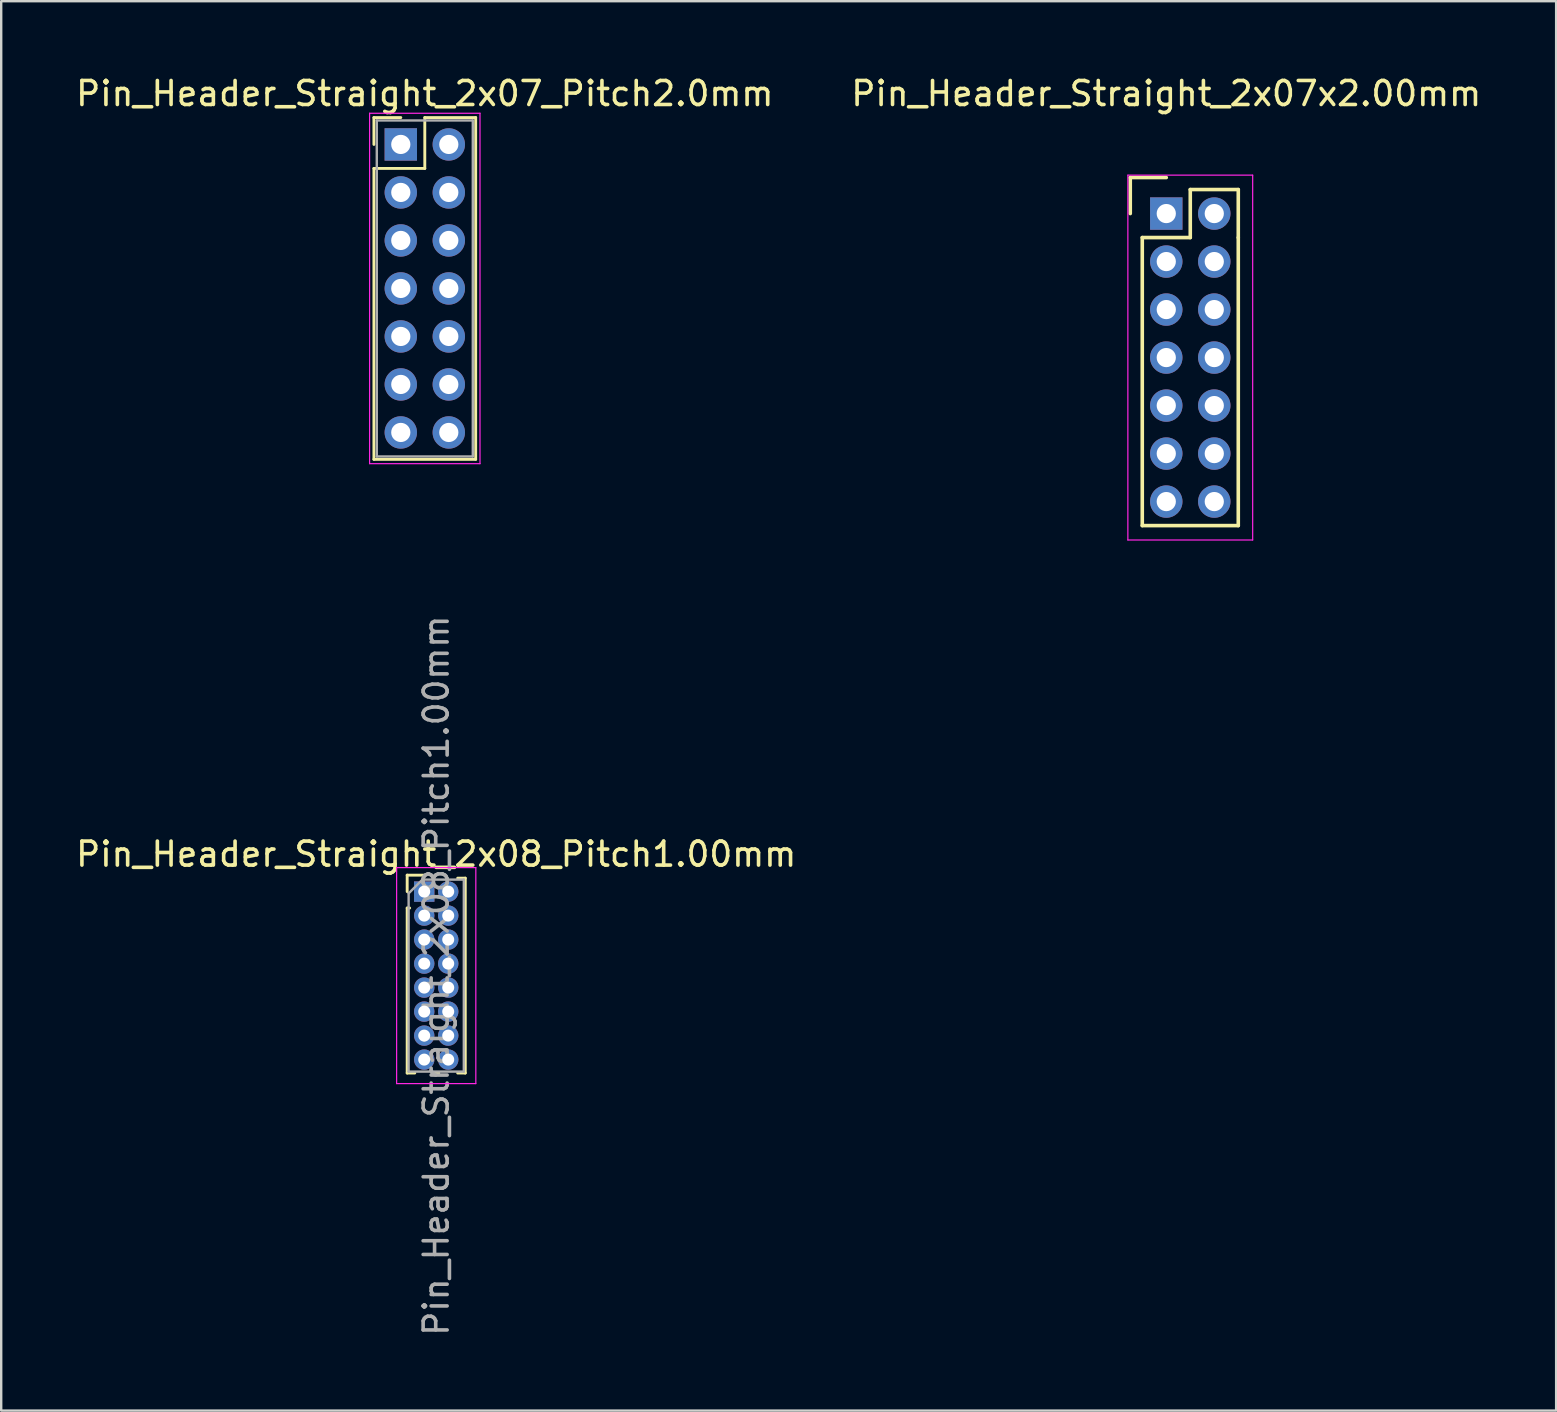
<source format=kicad_pcb>
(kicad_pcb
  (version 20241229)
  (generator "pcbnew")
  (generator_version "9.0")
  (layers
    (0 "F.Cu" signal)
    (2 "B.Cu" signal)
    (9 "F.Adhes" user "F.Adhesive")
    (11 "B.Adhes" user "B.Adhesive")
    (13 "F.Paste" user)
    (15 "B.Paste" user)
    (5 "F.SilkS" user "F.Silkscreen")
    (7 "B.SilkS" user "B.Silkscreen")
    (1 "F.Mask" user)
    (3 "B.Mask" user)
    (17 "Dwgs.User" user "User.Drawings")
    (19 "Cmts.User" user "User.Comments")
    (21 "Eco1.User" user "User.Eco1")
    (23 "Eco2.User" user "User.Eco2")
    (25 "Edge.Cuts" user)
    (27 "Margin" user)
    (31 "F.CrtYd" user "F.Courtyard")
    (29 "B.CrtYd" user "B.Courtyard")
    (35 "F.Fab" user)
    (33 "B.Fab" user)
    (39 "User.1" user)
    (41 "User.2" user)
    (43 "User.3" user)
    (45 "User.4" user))
  (footprint "Pin_Header_Straight_2x07x2.00mm"
    (layer "F.Cu")
    (at 45.542 5.848)
    (property "Reference" "Pin_Header_Straight_2x07x2.00mm" (at 0 -5 0) (layer "F.SilkS") (effects (font (size 1 1) (thickness 0.15))))
    (attr through_hole)
    (fp_line (start -1.5 -1.5) (end 0 -1.5) (stroke (width 0.15) (type solid)) (layer "F.SilkS"))
    (fp_line (start -1.5 0) (end -1.5 -1.5) (stroke (width 0.15) (type solid)) (layer "F.SilkS"))
    (fp_line (start -1 1) (end 1 1) (stroke (width 0.15) (type solid)) (layer "F.SilkS"))
    (fp_line (start -1 13) (end -1 1) (stroke (width 0.15) (type solid)) (layer "F.SilkS"))
    (fp_line (start 1 -1) (end 3 -1) (stroke (width 0.15) (type solid)) (layer "F.SilkS"))
    (fp_line (start 1 1) (end 1 -1) (stroke (width 0.15) (type solid)) (layer "F.SilkS"))
    (fp_line (start 3 -1) (end 3 1) (stroke (width 0.15) (type solid)) (layer "F.SilkS"))
    (fp_line (start 3 1) (end 3 13) (stroke (width 0.15) (type solid)) (layer "F.SilkS"))
    (fp_line (start 3 13) (end -1 13) (stroke (width 0.15) (type solid)) (layer "F.SilkS"))
    (fp_line (start -1.6 -1.6) (end 3.6 -1.6) (stroke (width 0.05) (type solid)) (layer "F.CrtYd"))
    (fp_line (start -1.6 13.6) (end -1.6 -1.6) (stroke (width 0.05) (type solid)) (layer "F.CrtYd"))
    (fp_line (start 3.6 -1.6) (end 3.6 13.6) (stroke (width 0.05) (type solid)) (layer "F.CrtYd"))
    (fp_line (start 3.6 13.6) (end -1.6 13.6) (stroke (width 0.05) (type solid)) (layer "F.CrtYd"))
    (pad "1" thru_hole rect (at 0 0) (size 1.35 1.35) (drill 0.8) (layers "*.Cu" "*.Mask"))
    (pad "2" thru_hole circle (at 2 0) (size 1.35 1.35) (drill 0.8) (layers "*.Cu" "*.Mask"))
    (pad "3" thru_hole circle (at 0 2) (size 1.35 1.35) (drill 0.8) (layers "*.Cu" "*.Mask"))
    (pad "4" thru_hole circle (at 2 2) (size 1.35 1.35) (drill 0.8) (layers "*.Cu" "*.Mask"))
    (pad "5" thru_hole circle (at 0 4) (size 1.35 1.35) (drill 0.8) (layers "*.Cu" "*.Mask"))
    (pad "6" thru_hole circle (at 2 4) (size 1.35 1.35) (drill 0.8) (layers "*.Cu" "*.Mask"))
    (pad "7" thru_hole circle (at 0 6) (size 1.35 1.35) (drill 0.8) (layers "*.Cu" "*.Mask"))
    (pad "8" thru_hole circle (at 2 6) (size 1.35 1.35) (drill 0.8) (layers "*.Cu" "*.Mask"))
    (pad "9" thru_hole circle (at 0 8) (size 1.35 1.35) (drill 0.8) (layers "*.Cu" "*.Mask"))
    (pad "10" thru_hole circle (at 2 8) (size 1.35 1.35) (drill 0.8) (layers "*.Cu" "*.Mask"))
    (pad "11" thru_hole circle (at 0 10) (size 1.35 1.35) (drill 0.8) (layers "*.Cu" "*.Mask"))
    (pad "12" thru_hole circle (at 2 10) (size 1.35 1.35) (drill 0.8) (layers "*.Cu" "*.Mask"))
    (pad "13" thru_hole circle (at 0 12) (size 1.35 1.35) (drill 0.8) (layers "*.Cu" "*.Mask"))
    (pad "14" thru_hole circle (at 2 12) (size 1.35 1.35) (drill 0.8) (layers "*.Cu" "*.Mask")))
  (footprint "Pin_Header_Straight_2x08_Pitch1.00mm"
    (layer "F.Cu")
    (at 14.625 34.098)
    (property "Reference" "Pin_Header_Straight_2x08_Pitch1.00mm" (at 0.5 -1.56 0) (layer "F.SilkS") (effects (font (size 1 1) (thickness 0.15))))
    (attr through_hole)
    (fp_line (start -0.71 -0.685) (end 0 -0.685) (stroke (width 0.12) (type solid)) (layer "F.SilkS"))
    (fp_line (start -0.71 0) (end -0.71 -0.685) (stroke (width 0.12) (type solid)) (layer "F.SilkS"))
    (fp_line (start -0.71 0.685) (end -0.71 7.56) (stroke (width 0.12) (type solid)) (layer "F.SilkS"))
    (fp_line (start -0.71 0.685) (end -0.608 0.685) (stroke (width 0.12) (type solid)) (layer "F.SilkS"))
    (fp_line (start -0.71 7.56) (end -0.394 7.56) (stroke (width 0.12) (type solid)) (layer "F.SilkS"))
    (fp_line (start 0.394 7.56) (end 0.606 7.56) (stroke (width 0.12) (type solid)) (layer "F.SilkS"))
    (fp_line (start 1.394 -0.56) (end 1.71 -0.56) (stroke (width 0.12) (type solid)) (layer "F.SilkS"))
    (fp_line (start 1.394 7.56) (end 1.71 7.56) (stroke (width 0.12) (type solid)) (layer "F.SilkS"))
    (fp_line (start 1.71 -0.56) (end 1.71 7.56) (stroke (width 0.12) (type solid)) (layer "F.SilkS"))
    (fp_line (start -1.15 -1) (end -1.15 8) (stroke (width 0.05) (type solid)) (layer "F.CrtYd"))
    (fp_line (start -1.15 8) (end 2.15 8) (stroke (width 0.05) (type solid)) (layer "F.CrtYd"))
    (fp_line (start 2.15 -1) (end -1.15 -1) (stroke (width 0.05) (type solid)) (layer "F.CrtYd"))
    (fp_line (start 2.15 8) (end 2.15 -1) (stroke (width 0.05) (type solid)) (layer "F.CrtYd"))
    (fp_line (start -0.65 0.075) (end -0.075 -0.5) (stroke (width 0.1) (type solid)) (layer "F.Fab"))
    (fp_line (start -0.65 7.5) (end -0.65 0.075) (stroke (width 0.1) (type solid)) (layer "F.Fab"))
    (fp_line (start -0.075 -0.5) (end 1.65 -0.5) (stroke (width 0.1) (type solid)) (layer "F.Fab"))
    (fp_line (start 1.65 -0.5) (end 1.65 7.5) (stroke (width 0.1) (type solid)) (layer "F.Fab"))
    (fp_line (start 1.65 7.5) (end -0.65 7.5) (stroke (width 0.1) (type solid)) (layer "F.Fab"))
    (fp_text user "${REFERENCE}" (at 0.5 3.5 90) (layer "F.Fab") (effects (font (size 1 1) (thickness 0.15))))
    (pad "1" thru_hole rect (at 0 0) (size 0.85 0.85) (drill 0.5) (layers "*.Cu" "*.Mask"))
    (pad "2" thru_hole oval (at 1 0) (size 0.85 0.85) (drill 0.5) (layers "*.Cu" "*.Mask"))
    (pad "3" thru_hole oval (at 0 1) (size 0.85 0.85) (drill 0.5) (layers "*.Cu" "*.Mask"))
    (pad "4" thru_hole oval (at 1 1) (size 0.85 0.85) (drill 0.5) (layers "*.Cu" "*.Mask"))
    (pad "5" thru_hole oval (at 0 2) (size 0.85 0.85) (drill 0.5) (layers "*.Cu" "*.Mask"))
    (pad "6" thru_hole oval (at 1 2) (size 0.85 0.85) (drill 0.5) (layers "*.Cu" "*.Mask"))
    (pad "7" thru_hole oval (at 0 3) (size 0.85 0.85) (drill 0.5) (layers "*.Cu" "*.Mask"))
    (pad "8" thru_hole oval (at 1 3) (size 0.85 0.85) (drill 0.5) (layers "*.Cu" "*.Mask"))
    (pad "9" thru_hole oval (at 0 4) (size 0.85 0.85) (drill 0.5) (layers "*.Cu" "*.Mask"))
    (pad "10" thru_hole oval (at 1 4) (size 0.85 0.85) (drill 0.5) (layers "*.Cu" "*.Mask"))
    (pad "11" thru_hole oval (at 0 5) (size 0.85 0.85) (drill 0.5) (layers "*.Cu" "*.Mask"))
    (pad "12" thru_hole oval (at 1 5) (size 0.85 0.85) (drill 0.5) (layers "*.Cu" "*.Mask"))
    (pad "13" thru_hole oval (at 0 6) (size 0.85 0.85) (drill 0.5) (layers "*.Cu" "*.Mask"))
    (pad "14" thru_hole oval (at 1 6) (size 0.85 0.85) (drill 0.5) (layers "*.Cu" "*.Mask"))
    (pad "15" thru_hole oval (at 0 7) (size 0.85 0.85) (drill 0.5) (layers "*.Cu" "*.Mask"))
    (pad "16" thru_hole oval (at 1 7) (size 0.85 0.85) (drill 0.5) (layers "*.Cu" "*.Mask")))
  (footprint "Pin_Header_Straight_2x07_Pitch2.0mm"
    (layer "F.Cu")
    (at 13.649 2.968)
    (property "Reference" "Pin_Header_Straight_2x07_Pitch2.0mm" (at 1 -2.12 0) (layer "F.SilkS") (effects (font (size 1 1) (thickness 0.15))))
    (attr through_hole)
    (fp_line (start -1.12 -1.12) (end 0 -1.12) (stroke (width 0.12) (type solid)) (layer "F.SilkS"))
    (fp_line (start -1.12 0) (end -1.12 -1.12) (stroke (width 0.12) (type solid)) (layer "F.SilkS"))
    (fp_line (start -1.12 1) (end -1.12 13.12) (stroke (width 0.12) (type solid)) (layer "F.SilkS"))
    (fp_line (start -1.12 13.12) (end 3.12 13.12) (stroke (width 0.12) (type solid)) (layer "F.SilkS"))
    (fp_line (start 1 -1.12) (end 1 1) (stroke (width 0.12) (type solid)) (layer "F.SilkS"))
    (fp_line (start 1 1) (end -1.12 1) (stroke (width 0.12) (type solid)) (layer "F.SilkS"))
    (fp_line (start 3.12 -1.12) (end 1 -1.12) (stroke (width 0.12) (type solid)) (layer "F.SilkS"))
    (fp_line (start 3.12 13.12) (end 3.12 -1.12) (stroke (width 0.12) (type solid)) (layer "F.SilkS"))
    (fp_line (start -1.3 -1.3) (end -1.3 13.3) (stroke (width 0.05) (type solid)) (layer "F.CrtYd"))
    (fp_line (start -1.3 13.3) (end 3.3 13.3) (stroke (width 0.05) (type solid)) (layer "F.CrtYd"))
    (fp_line (start 3.3 -1.3) (end -1.3 -1.3) (stroke (width 0.05) (type solid)) (layer "F.CrtYd"))
    (fp_line (start 3.3 13.3) (end 3.3 -1.3) (stroke (width 0.05) (type solid)) (layer "F.CrtYd"))
    (fp_line (start -1 -1) (end -1 13) (stroke (width 0.1) (type solid)) (layer "F.Fab"))
    (fp_line (start -1 13) (end 3 13) (stroke (width 0.1) (type solid)) (layer "F.Fab"))
    (fp_line (start 3 -1) (end -1 -1) (stroke (width 0.1) (type solid)) (layer "F.Fab"))
    (fp_line (start 3 13) (end 3 -1) (stroke (width 0.1) (type solid)) (layer "F.Fab"))
    (pad "1" thru_hole rect (at 0 0) (size 1.35 1.35) (drill 0.8) (layers "*.Cu" "*.Mask"))
    (pad "2" thru_hole oval (at 2 0) (size 1.35 1.35) (drill 0.8) (layers "*.Cu" "*.Mask"))
    (pad "3" thru_hole oval (at 0 2) (size 1.35 1.35) (drill 0.8) (layers "*.Cu" "*.Mask"))
    (pad "4" thru_hole oval (at 2 2) (size 1.35 1.35) (drill 0.8) (layers "*.Cu" "*.Mask"))
    (pad "5" thru_hole oval (at 0 4) (size 1.35 1.35) (drill 0.8) (layers "*.Cu" "*.Mask"))
    (pad "6" thru_hole oval (at 2 4) (size 1.35 1.35) (drill 0.8) (layers "*.Cu" "*.Mask"))
    (pad "7" thru_hole oval (at 0 6) (size 1.35 1.35) (drill 0.8) (layers "*.Cu" "*.Mask"))
    (pad "8" thru_hole oval (at 2 6) (size 1.35 1.35) (drill 0.8) (layers "*.Cu" "*.Mask"))
    (pad "9" thru_hole oval (at 0 8) (size 1.35 1.35) (drill 0.8) (layers "*.Cu" "*.Mask"))
    (pad "10" thru_hole oval (at 2 8) (size 1.35 1.35) (drill 0.8) (layers "*.Cu" "*.Mask"))
    (pad "11" thru_hole oval (at 0 10) (size 1.35 1.35) (drill 0.8) (layers "*.Cu" "*.Mask"))
    (pad "12" thru_hole oval (at 2 10) (size 1.35 1.35) (drill 0.8) (layers "*.Cu" "*.Mask"))
    (pad "13" thru_hole oval (at 0 12) (size 1.35 1.35) (drill 0.8) (layers "*.Cu" "*.Mask"))
    (pad "14" thru_hole oval (at 2 12) (size 1.35 1.35) (drill 0.8) (layers "*.Cu" "*.Mask")))
  (gr_rect
    (start -3 -3)
    (end 61.786 55.723)
    (stroke (width 0.1) (type default))
    (fill no)
    (layer "Edge.Cuts")))
</source>
